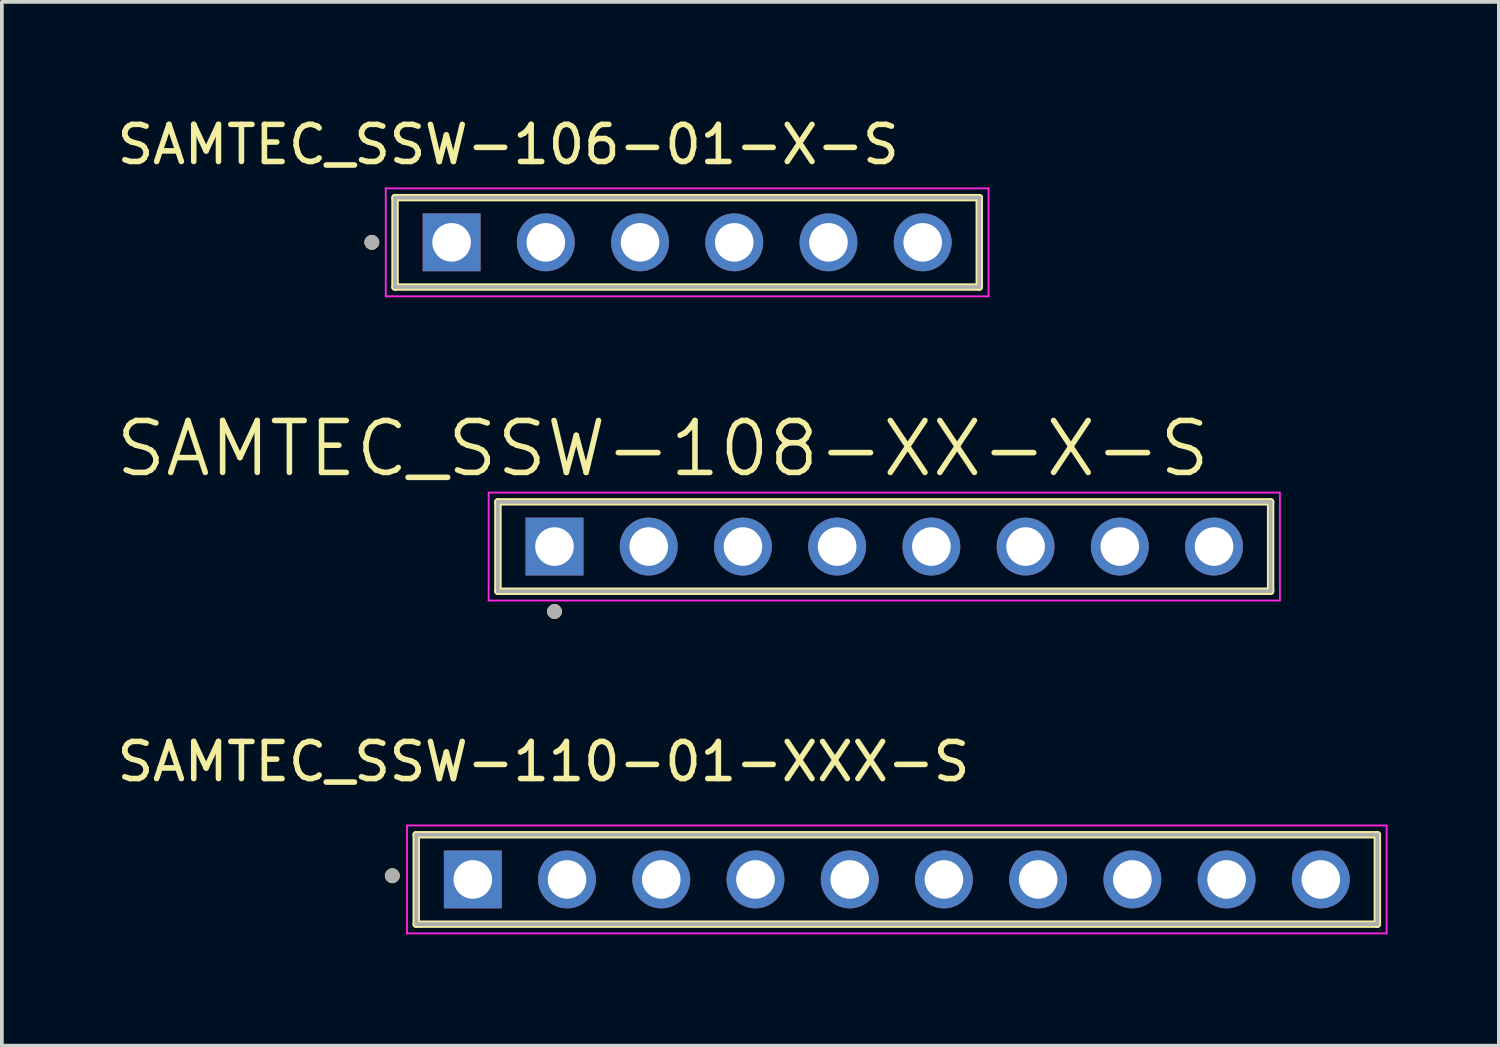
<source format=kicad_pcb>
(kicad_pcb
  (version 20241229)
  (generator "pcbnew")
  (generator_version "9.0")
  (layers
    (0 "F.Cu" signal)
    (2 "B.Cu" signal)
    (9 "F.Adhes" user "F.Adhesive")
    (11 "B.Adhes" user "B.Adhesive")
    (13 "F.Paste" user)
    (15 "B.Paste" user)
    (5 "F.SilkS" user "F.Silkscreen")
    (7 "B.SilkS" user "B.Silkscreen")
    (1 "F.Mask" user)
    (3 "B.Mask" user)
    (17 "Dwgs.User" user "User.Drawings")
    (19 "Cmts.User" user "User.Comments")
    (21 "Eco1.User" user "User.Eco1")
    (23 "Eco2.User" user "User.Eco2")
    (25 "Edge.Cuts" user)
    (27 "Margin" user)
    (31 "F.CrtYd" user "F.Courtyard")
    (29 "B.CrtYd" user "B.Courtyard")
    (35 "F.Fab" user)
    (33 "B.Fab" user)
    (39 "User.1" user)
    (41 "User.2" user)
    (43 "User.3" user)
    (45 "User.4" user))
  (footprint "SAMTEC_SSW-108-XX-X-S"
    (layer "F.Cu")
    (at 20.788 11.684)
    (property "Reference" "SAMTEC_SSW-108-XX-X-S" (at -5.97 -2.639 0) (layer "F.SilkS") (effects (font (size 1.4 1.4) (thickness 0.15))))
    (attr through_hole)
    (fp_line (start -10.415 -1.205) (end 10.415 -1.205) (stroke (width 0.2) (type solid)) (layer "F.SilkS"))
    (fp_line (start -10.415 1.205) (end -10.415 -1.205) (stroke (width 0.2) (type solid)) (layer "F.SilkS"))
    (fp_line (start 10.415 -1.205) (end 10.415 1.205) (stroke (width 0.2) (type solid)) (layer "F.SilkS"))
    (fp_line (start 10.415 1.205) (end -10.415 1.205) (stroke (width 0.2) (type solid)) (layer "F.SilkS"))
    (fp_circle (center -8.89 1.75) (end -8.79 1.75) (stroke (width 0.2) (type solid)) (fill no) (layer "F.SilkS"))
    (fp_line (start -10.665 -1.455) (end 10.665 -1.455) (stroke (width 0.05) (type solid)) (layer "F.CrtYd"))
    (fp_line (start -10.665 1.455) (end -10.665 -1.455) (stroke (width 0.05) (type solid)) (layer "F.CrtYd"))
    (fp_line (start 10.665 -1.455) (end 10.665 1.455) (stroke (width 0.05) (type solid)) (layer "F.CrtYd"))
    (fp_line (start 10.665 1.455) (end -10.665 1.455) (stroke (width 0.05) (type solid)) (layer "F.CrtYd"))
    (fp_line (start -10.415 -1.205) (end 10.415 -1.205) (stroke (width 0.1) (type solid)) (layer "F.Fab"))
    (fp_line (start -10.415 1.205) (end -10.415 -1.205) (stroke (width 0.1) (type solid)) (layer "F.Fab"))
    (fp_line (start 10.415 -1.205) (end 10.415 1.205) (stroke (width 0.1) (type solid)) (layer "F.Fab"))
    (fp_line (start 10.415 1.205) (end -10.415 1.205) (stroke (width 0.1) (type solid)) (layer "F.Fab"))
    (fp_circle (center -8.89 1.75) (end -8.79 1.75) (stroke (width 0.2) (type solid)) (fill no) (layer "F.Fab"))
    (pad "01" thru_hole rect (at -8.89 0) (size 1.56 1.56) (drill 1.04) (layers "*.Cu" "*.Mask"))
    (pad "02" thru_hole circle (at -6.35 0) (size 1.56 1.56) (drill 1.04) (layers "*.Cu" "*.Mask"))
    (pad "03" thru_hole circle (at -3.81 0) (size 1.56 1.56) (drill 1.04) (layers "*.Cu" "*.Mask"))
    (pad "04" thru_hole circle (at -1.27 0) (size 1.56 1.56) (drill 1.04) (layers "*.Cu" "*.Mask"))
    (pad "05" thru_hole circle (at 1.27 0) (size 1.56 1.56) (drill 1.04) (layers "*.Cu" "*.Mask"))
    (pad "06" thru_hole circle (at 3.81 0) (size 1.56 1.56) (drill 1.04) (layers "*.Cu" "*.Mask"))
    (pad "07" thru_hole circle (at 6.35 0) (size 1.56 1.56) (drill 1.04) (layers "*.Cu" "*.Mask"))
    (pad "08" thru_hole circle (at 8.89 0) (size 1.56 1.56) (drill 1.04) (layers "*.Cu" "*.Mask")))
  (footprint "SAMTEC_SSW-106-01-X-S"
    (layer "F.Cu")
    (at 15.474 3.483)
    (property "Reference" "SAMTEC_SSW-106-01-X-S" (at -4.825 -2.635 0) (layer "F.SilkS") (effects (font (size 1 1) (thickness 0.15))))
    (attr through_hole)
    (fp_line (start -7.875 -1.205) (end 7.875 -1.205) (stroke (width 0.2) (type solid)) (layer "F.SilkS"))
    (fp_line (start -7.875 1.205) (end -7.875 -1.205) (stroke (width 0.2) (type solid)) (layer "F.SilkS"))
    (fp_line (start 7.875 -1.205) (end 7.875 1.205) (stroke (width 0.2) (type solid)) (layer "F.SilkS"))
    (fp_line (start 7.875 1.205) (end -7.875 1.205) (stroke (width 0.2) (type solid)) (layer "F.SilkS"))
    (fp_circle (center -8.5 0) (end -8.4 0) (stroke (width 0.2) (type solid)) (fill no) (layer "F.SilkS"))
    (fp_line (start -8.125 -1.455) (end 8.125 -1.455) (stroke (width 0.05) (type solid)) (layer "F.CrtYd"))
    (fp_line (start -8.125 1.455) (end -8.125 -1.455) (stroke (width 0.05) (type solid)) (layer "F.CrtYd"))
    (fp_line (start 8.125 -1.455) (end 8.125 1.455) (stroke (width 0.05) (type solid)) (layer "F.CrtYd"))
    (fp_line (start 8.125 1.455) (end -8.125 1.455) (stroke (width 0.05) (type solid)) (layer "F.CrtYd"))
    (fp_line (start -7.875 -1.205) (end 7.875 -1.205) (stroke (width 0.1) (type solid)) (layer "F.Fab"))
    (fp_line (start -7.875 1.205) (end -7.875 -1.205) (stroke (width 0.1) (type solid)) (layer "F.Fab"))
    (fp_line (start 7.875 -1.205) (end 7.875 1.205) (stroke (width 0.1) (type solid)) (layer "F.Fab"))
    (fp_line (start 7.875 1.205) (end -7.875 1.205) (stroke (width 0.1) (type solid)) (layer "F.Fab"))
    (fp_circle (center -8.5 0) (end -8.4 0) (stroke (width 0.2) (type solid)) (fill no) (layer "F.Fab"))
    (pad "01" thru_hole rect (at -6.35 0) (size 1.56 1.56) (drill 1.04) (layers "*.Cu" "*.Mask"))
    (pad "02" thru_hole circle (at -3.81 0) (size 1.56 1.56) (drill 1.04) (layers "*.Cu" "*.Mask"))
    (pad "03" thru_hole circle (at -1.27 0) (size 1.56 1.56) (drill 1.04) (layers "*.Cu" "*.Mask"))
    (pad "04" thru_hole circle (at 1.27 0) (size 1.56 1.56) (drill 1.04) (layers "*.Cu" "*.Mask"))
    (pad "05" thru_hole circle (at 3.81 0) (size 1.56 1.56) (drill 1.04) (layers "*.Cu" "*.Mask"))
    (pad "06" thru_hole circle (at 6.35 0) (size 1.56 1.56) (drill 1.04) (layers "*.Cu" "*.Mask")))
  (footprint "SAMTEC_SSW-110-01-XXX-S"
    (layer "F.Cu")
    (at 21.126 20.658)
    (property "Reference" "SAMTEC_SSW-110-01-XXX-S" (at -9.525 -3.175 0) (layer "F.SilkS") (effects (font (size 1 1) (thickness 0.15))))
    (attr through_hole)
    (fp_line (start -12.955 -1.205) (end 12.955 -1.205) (stroke (width 0.2) (type solid)) (layer "F.SilkS"))
    (fp_line (start -12.955 1.205) (end -12.955 -1.205) (stroke (width 0.2) (type solid)) (layer "F.SilkS"))
    (fp_line (start 12.955 -1.205) (end 12.955 1.205) (stroke (width 0.2) (type solid)) (layer "F.SilkS"))
    (fp_line (start 12.955 1.205) (end -12.955 1.205) (stroke (width 0.2) (type solid)) (layer "F.SilkS"))
    (fp_circle (center -13.6 -0.1) (end -13.5 -0.1) (stroke (width 0.2) (type solid)) (fill no) (layer "F.SilkS"))
    (fp_line (start -13.205 -1.455) (end 13.205 -1.455) (stroke (width 0.05) (type solid)) (layer "F.CrtYd"))
    (fp_line (start -13.205 1.455) (end -13.205 -1.455) (stroke (width 0.05) (type solid)) (layer "F.CrtYd"))
    (fp_line (start 13.205 -1.455) (end 13.205 1.455) (stroke (width 0.05) (type solid)) (layer "F.CrtYd"))
    (fp_line (start 13.205 1.455) (end -13.205 1.455) (stroke (width 0.05) (type solid)) (layer "F.CrtYd"))
    (fp_line (start -12.955 -1.205) (end 12.955 -1.205) (stroke (width 0.1) (type solid)) (layer "F.Fab"))
    (fp_line (start -12.955 1.205) (end -12.955 -1.205) (stroke (width 0.1) (type solid)) (layer "F.Fab"))
    (fp_line (start 12.955 -1.205) (end 12.955 1.205) (stroke (width 0.1) (type solid)) (layer "F.Fab"))
    (fp_line (start 12.955 1.205) (end -12.955 1.205) (stroke (width 0.1) (type solid)) (layer "F.Fab"))
    (fp_circle (center -13.6 -0.1) (end -13.5 -0.1) (stroke (width 0.2) (type solid)) (fill no) (layer "F.Fab"))
    (pad "01" thru_hole rect (at -11.43 0) (size 1.56 1.56) (drill 1.04) (layers "*.Cu" "*.Mask"))
    (pad "02" thru_hole circle (at -8.89 0) (size 1.56 1.56) (drill 1.04) (layers "*.Cu" "*.Mask"))
    (pad "03" thru_hole circle (at -6.35 0) (size 1.56 1.56) (drill 1.04) (layers "*.Cu" "*.Mask"))
    (pad "04" thru_hole circle (at -3.81 0) (size 1.56 1.56) (drill 1.04) (layers "*.Cu" "*.Mask"))
    (pad "05" thru_hole circle (at -1.27 0) (size 1.56 1.56) (drill 1.04) (layers "*.Cu" "*.Mask"))
    (pad "06" thru_hole circle (at 1.27 0) (size 1.56 1.56) (drill 1.04) (layers "*.Cu" "*.Mask"))
    (pad "07" thru_hole circle (at 3.81 0) (size 1.56 1.56) (drill 1.04) (layers "*.Cu" "*.Mask"))
    (pad "08" thru_hole circle (at 6.35 0) (size 1.56 1.56) (drill 1.04) (layers "*.Cu" "*.Mask"))
    (pad "09" thru_hole circle (at 8.89 0) (size 1.56 1.56) (drill 1.04) (layers "*.Cu" "*.Mask"))
    (pad "10" thru_hole circle (at 11.43 0) (size 1.56 1.56) (drill 1.04) (layers "*.Cu" "*.Mask")))
  (gr_rect
    (start -3 -3)
    (end 37.356 25.138)
    (stroke (width 0.1) (type default))
    (fill no)
    (layer "Edge.Cuts")))
</source>
